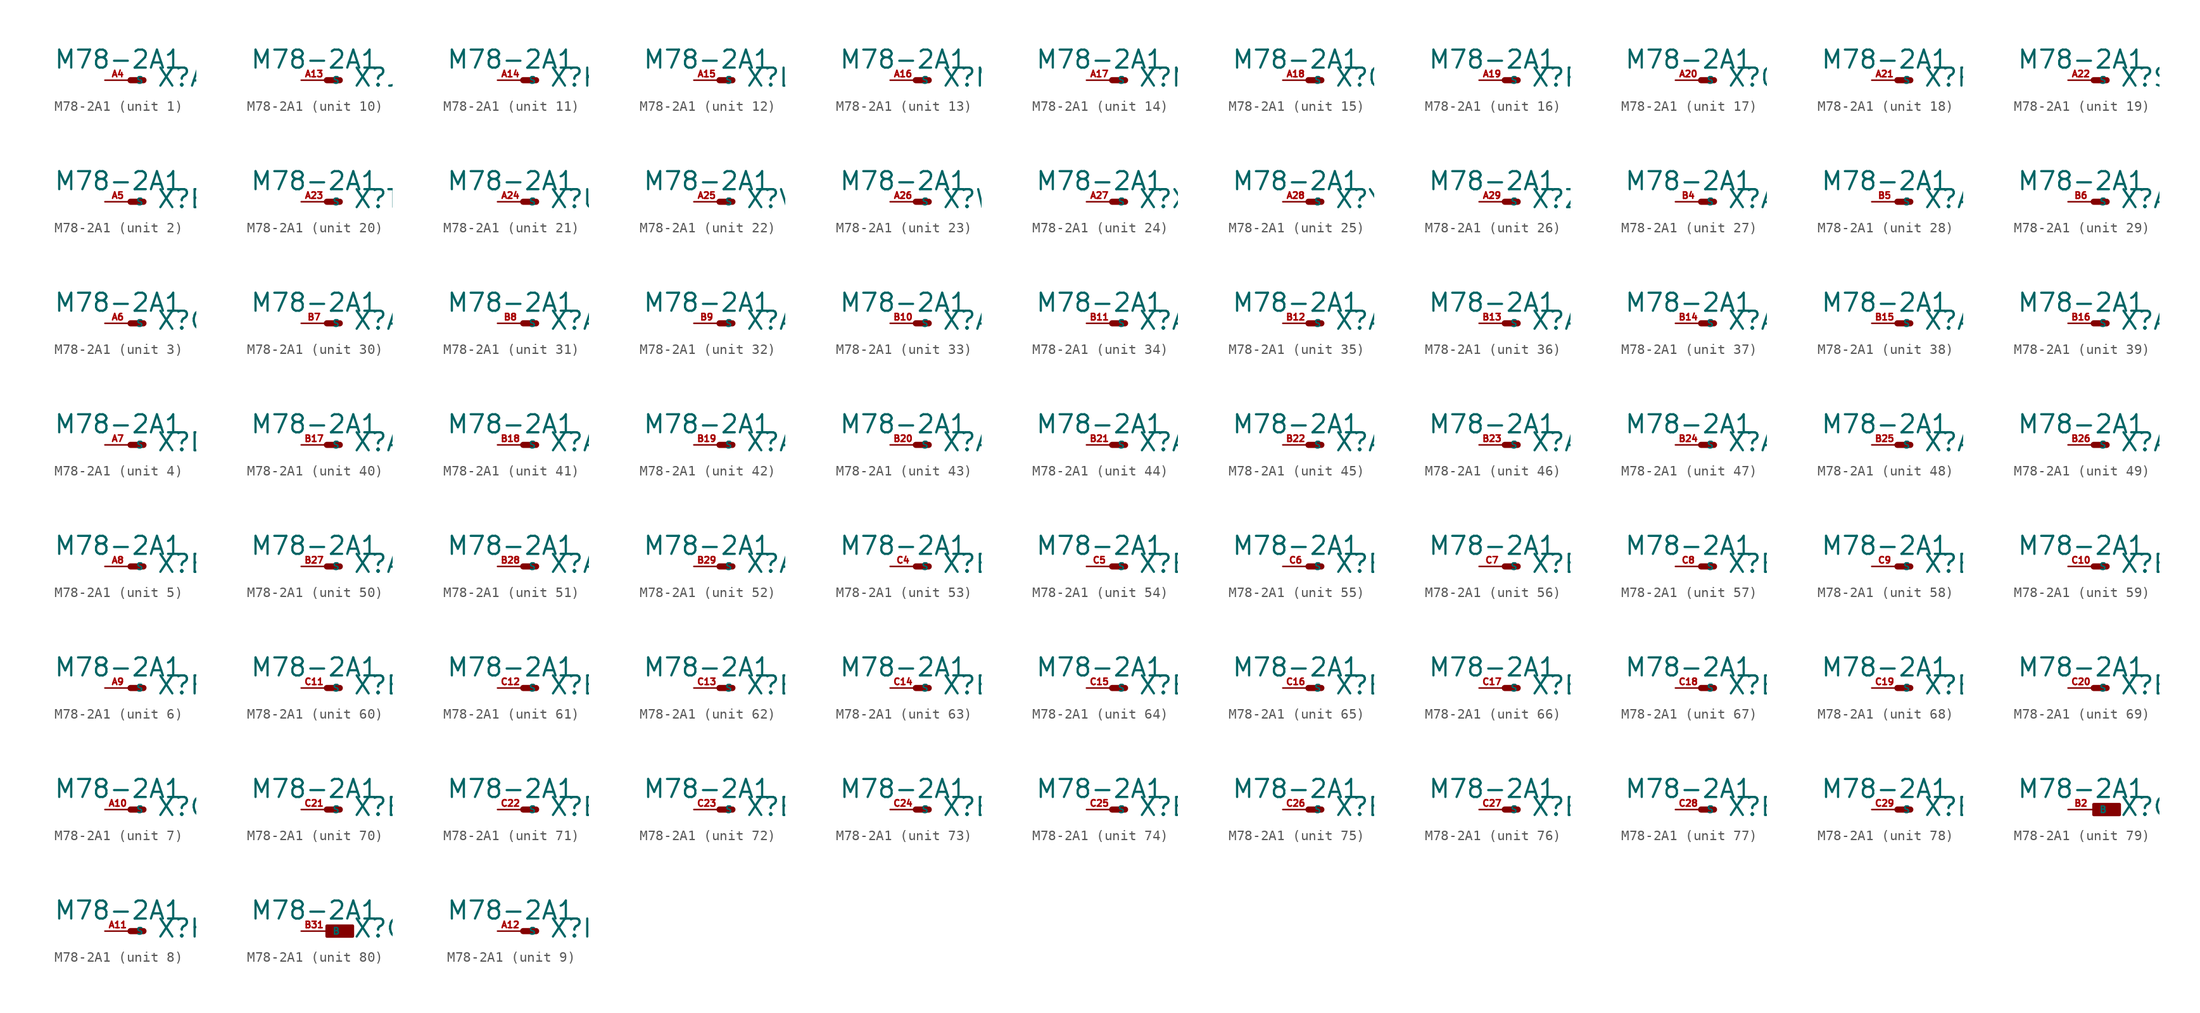
<source format=kicad_sym>
(kicad_symbol_lib
  (version 20220914)
  (generator Eagle2Kicad)
  (symbol "M78-2A1"
    (property "Reference" "X"
      (at 2.54 -0.762 0)
      (effects (font (size 1.778 1.778) (thickness 0.22)) (justify left bottom)))
    (property "Value" "M78-2A1"
      (at -7.62 1.016 0)
      (effects (font (size 1.778 1.778) (thickness 0.22)) (justify left bottom)))
    (symbol "M78-2A1_1_0"
      (polyline (pts (xy 0 0) (xy 1.27 0)) (stroke (width 0.61) (type default)) (fill (type none)))
      (pin passive line (at -2.54 0 0) (length 2.54) (name "S" (effects (font (size 0.635 0.635) (thickness 0.08)) (justify left bottom))) (number "A4" (effects (font (size 0.635 0.635) (thickness 0.08)) (justify left bottom)))))
    (symbol "M78-2A1_2_0"
      (polyline (pts (xy 0 0) (xy 1.27 0)) (stroke (width 0.61) (type default)) (fill (type none)))
      (pin passive line (at -2.54 0 0) (length 2.54) (name "S" (effects (font (size 0.635 0.635) (thickness 0.08)) (justify left bottom))) (number "A5" (effects (font (size 0.635 0.635) (thickness 0.08)) (justify left bottom)))))
    (symbol "M78-2A1_3_0"
      (polyline (pts (xy 0 0) (xy 1.27 0)) (stroke (width 0.61) (type default)) (fill (type none)))
      (pin passive line (at -2.54 0 0) (length 2.54) (name "S" (effects (font (size 0.635 0.635) (thickness 0.08)) (justify left bottom))) (number "A6" (effects (font (size 0.635 0.635) (thickness 0.08)) (justify left bottom)))))
    (symbol "M78-2A1_4_0"
      (polyline (pts (xy 0 0) (xy 1.27 0)) (stroke (width 0.61) (type default)) (fill (type none)))
      (pin passive line (at -2.54 0 0) (length 2.54) (name "S" (effects (font (size 0.635 0.635) (thickness 0.08)) (justify left bottom))) (number "A7" (effects (font (size 0.635 0.635) (thickness 0.08)) (justify left bottom)))))
    (symbol "M78-2A1_5_0"
      (polyline (pts (xy 0 0) (xy 1.27 0)) (stroke (width 0.61) (type default)) (fill (type none)))
      (pin passive line (at -2.54 0 0) (length 2.54) (name "S" (effects (font (size 0.635 0.635) (thickness 0.08)) (justify left bottom))) (number "A8" (effects (font (size 0.635 0.635) (thickness 0.08)) (justify left bottom)))))
    (symbol "M78-2A1_6_0"
      (polyline (pts (xy 0 0) (xy 1.27 0)) (stroke (width 0.61) (type default)) (fill (type none)))
      (pin passive line (at -2.54 0 0) (length 2.54) (name "S" (effects (font (size 0.635 0.635) (thickness 0.08)) (justify left bottom))) (number "A9" (effects (font (size 0.635 0.635) (thickness 0.08)) (justify left bottom)))))
    (symbol "M78-2A1_7_0"
      (polyline (pts (xy 0 0) (xy 1.27 0)) (stroke (width 0.61) (type default)) (fill (type none)))
      (pin passive line (at -2.54 0 0) (length 2.54) (name "S" (effects (font (size 0.635 0.635) (thickness 0.08)) (justify left bottom))) (number "A10" (effects (font (size 0.635 0.635) (thickness 0.08)) (justify left bottom)))))
    (symbol "M78-2A1_8_0"
      (polyline (pts (xy 0 0) (xy 1.27 0)) (stroke (width 0.61) (type default)) (fill (type none)))
      (pin passive line (at -2.54 0 0) (length 2.54) (name "S" (effects (font (size 0.635 0.635) (thickness 0.08)) (justify left bottom))) (number "A11" (effects (font (size 0.635 0.635) (thickness 0.08)) (justify left bottom)))))
    (symbol "M78-2A1_9_0"
      (polyline (pts (xy 0 0) (xy 1.27 0)) (stroke (width 0.61) (type default)) (fill (type none)))
      (pin passive line (at -2.54 0 0) (length 2.54) (name "S" (effects (font (size 0.635 0.635) (thickness 0.08)) (justify left bottom))) (number "A12" (effects (font (size 0.635 0.635) (thickness 0.08)) (justify left bottom)))))
    (symbol "M78-2A1_10_0"
      (polyline (pts (xy 0 0) (xy 1.27 0)) (stroke (width 0.61) (type default)) (fill (type none)))
      (pin passive line (at -2.54 0 0) (length 2.54) (name "S" (effects (font (size 0.635 0.635) (thickness 0.08)) (justify left bottom))) (number "A13" (effects (font (size 0.635 0.635) (thickness 0.08)) (justify left bottom)))))
    (symbol "M78-2A1_11_0"
      (polyline (pts (xy 0 0) (xy 1.27 0)) (stroke (width 0.61) (type default)) (fill (type none)))
      (pin passive line (at -2.54 0 0) (length 2.54) (name "S" (effects (font (size 0.635 0.635) (thickness 0.08)) (justify left bottom))) (number "A14" (effects (font (size 0.635 0.635) (thickness 0.08)) (justify left bottom)))))
    (symbol "M78-2A1_12_0"
      (polyline (pts (xy 0 0) (xy 1.27 0)) (stroke (width 0.61) (type default)) (fill (type none)))
      (pin passive line (at -2.54 0 0) (length 2.54) (name "S" (effects (font (size 0.635 0.635) (thickness 0.08)) (justify left bottom))) (number "A15" (effects (font (size 0.635 0.635) (thickness 0.08)) (justify left bottom)))))
    (symbol "M78-2A1_13_0"
      (polyline (pts (xy 0 0) (xy 1.27 0)) (stroke (width 0.61) (type default)) (fill (type none)))
      (pin passive line (at -2.54 0 0) (length 2.54) (name "S" (effects (font (size 0.635 0.635) (thickness 0.08)) (justify left bottom))) (number "A16" (effects (font (size 0.635 0.635) (thickness 0.08)) (justify left bottom)))))
    (symbol "M78-2A1_14_0"
      (polyline (pts (xy 0 0) (xy 1.27 0)) (stroke (width 0.61) (type default)) (fill (type none)))
      (pin passive line (at -2.54 0 0) (length 2.54) (name "S" (effects (font (size 0.635 0.635) (thickness 0.08)) (justify left bottom))) (number "A17" (effects (font (size 0.635 0.635) (thickness 0.08)) (justify left bottom)))))
    (symbol "M78-2A1_15_0"
      (polyline (pts (xy 0 0) (xy 1.27 0)) (stroke (width 0.61) (type default)) (fill (type none)))
      (pin passive line (at -2.54 0 0) (length 2.54) (name "S" (effects (font (size 0.635 0.635) (thickness 0.08)) (justify left bottom))) (number "A18" (effects (font (size 0.635 0.635) (thickness 0.08)) (justify left bottom)))))
    (symbol "M78-2A1_16_0"
      (polyline (pts (xy 0 0) (xy 1.27 0)) (stroke (width 0.61) (type default)) (fill (type none)))
      (pin passive line (at -2.54 0 0) (length 2.54) (name "S" (effects (font (size 0.635 0.635) (thickness 0.08)) (justify left bottom))) (number "A19" (effects (font (size 0.635 0.635) (thickness 0.08)) (justify left bottom)))))
    (symbol "M78-2A1_17_0"
      (polyline (pts (xy 0 0) (xy 1.27 0)) (stroke (width 0.61) (type default)) (fill (type none)))
      (pin passive line (at -2.54 0 0) (length 2.54) (name "S" (effects (font (size 0.635 0.635) (thickness 0.08)) (justify left bottom))) (number "A20" (effects (font (size 0.635 0.635) (thickness 0.08)) (justify left bottom)))))
    (symbol "M78-2A1_18_0"
      (polyline (pts (xy 0 0) (xy 1.27 0)) (stroke (width 0.61) (type default)) (fill (type none)))
      (pin passive line (at -2.54 0 0) (length 2.54) (name "S" (effects (font (size 0.635 0.635) (thickness 0.08)) (justify left bottom))) (number "A21" (effects (font (size 0.635 0.635) (thickness 0.08)) (justify left bottom)))))
    (symbol "M78-2A1_19_0"
      (polyline (pts (xy 0 0) (xy 1.27 0)) (stroke (width 0.61) (type default)) (fill (type none)))
      (pin passive line (at -2.54 0 0) (length 2.54) (name "S" (effects (font (size 0.635 0.635) (thickness 0.08)) (justify left bottom))) (number "A22" (effects (font (size 0.635 0.635) (thickness 0.08)) (justify left bottom)))))
    (symbol "M78-2A1_20_0"
      (polyline (pts (xy 0 0) (xy 1.27 0)) (stroke (width 0.61) (type default)) (fill (type none)))
      (pin passive line (at -2.54 0 0) (length 2.54) (name "S" (effects (font (size 0.635 0.635) (thickness 0.08)) (justify left bottom))) (number "A23" (effects (font (size 0.635 0.635) (thickness 0.08)) (justify left bottom)))))
    (symbol "M78-2A1_21_0"
      (polyline (pts (xy 0 0) (xy 1.27 0)) (stroke (width 0.61) (type default)) (fill (type none)))
      (pin passive line (at -2.54 0 0) (length 2.54) (name "S" (effects (font (size 0.635 0.635) (thickness 0.08)) (justify left bottom))) (number "A24" (effects (font (size 0.635 0.635) (thickness 0.08)) (justify left bottom)))))
    (symbol "M78-2A1_22_0"
      (polyline (pts (xy 0 0) (xy 1.27 0)) (stroke (width 0.61) (type default)) (fill (type none)))
      (pin passive line (at -2.54 0 0) (length 2.54) (name "S" (effects (font (size 0.635 0.635) (thickness 0.08)) (justify left bottom))) (number "A25" (effects (font (size 0.635 0.635) (thickness 0.08)) (justify left bottom)))))
    (symbol "M78-2A1_23_0"
      (polyline (pts (xy 0 0) (xy 1.27 0)) (stroke (width 0.61) (type default)) (fill (type none)))
      (pin passive line (at -2.54 0 0) (length 2.54) (name "S" (effects (font (size 0.635 0.635) (thickness 0.08)) (justify left bottom))) (number "A26" (effects (font (size 0.635 0.635) (thickness 0.08)) (justify left bottom)))))
    (symbol "M78-2A1_24_0"
      (polyline (pts (xy 0 0) (xy 1.27 0)) (stroke (width 0.61) (type default)) (fill (type none)))
      (pin passive line (at -2.54 0 0) (length 2.54) (name "S" (effects (font (size 0.635 0.635) (thickness 0.08)) (justify left bottom))) (number "A27" (effects (font (size 0.635 0.635) (thickness 0.08)) (justify left bottom)))))
    (symbol "M78-2A1_25_0"
      (polyline (pts (xy 0 0) (xy 1.27 0)) (stroke (width 0.61) (type default)) (fill (type none)))
      (pin passive line (at -2.54 0 0) (length 2.54) (name "S" (effects (font (size 0.635 0.635) (thickness 0.08)) (justify left bottom))) (number "A28" (effects (font (size 0.635 0.635) (thickness 0.08)) (justify left bottom)))))
    (symbol "M78-2A1_26_0"
      (polyline (pts (xy 0 0) (xy 1.27 0)) (stroke (width 0.61) (type default)) (fill (type none)))
      (pin passive line (at -2.54 0 0) (length 2.54) (name "S" (effects (font (size 0.635 0.635) (thickness 0.08)) (justify left bottom))) (number "A29" (effects (font (size 0.635 0.635) (thickness 0.08)) (justify left bottom)))))
    (symbol "M78-2A1_27_0"
      (polyline (pts (xy 0 0) (xy 1.27 0)) (stroke (width 0.61) (type default)) (fill (type none)))
      (pin passive line (at -2.54 0 0) (length 2.54) (name "S" (effects (font (size 0.635 0.635) (thickness 0.08)) (justify left bottom))) (number "B4" (effects (font (size 0.635 0.635) (thickness 0.08)) (justify left bottom)))))
    (symbol "M78-2A1_28_0"
      (polyline (pts (xy 0 0) (xy 1.27 0)) (stroke (width 0.61) (type default)) (fill (type none)))
      (pin passive line (at -2.54 0 0) (length 2.54) (name "S" (effects (font (size 0.635 0.635) (thickness 0.08)) (justify left bottom))) (number "B5" (effects (font (size 0.635 0.635) (thickness 0.08)) (justify left bottom)))))
    (symbol "M78-2A1_29_0"
      (polyline (pts (xy 0 0) (xy 1.27 0)) (stroke (width 0.61) (type default)) (fill (type none)))
      (pin passive line (at -2.54 0 0) (length 2.54) (name "S" (effects (font (size 0.635 0.635) (thickness 0.08)) (justify left bottom))) (number "B6" (effects (font (size 0.635 0.635) (thickness 0.08)) (justify left bottom)))))
    (symbol "M78-2A1_30_0"
      (polyline (pts (xy 0 0) (xy 1.27 0)) (stroke (width 0.61) (type default)) (fill (type none)))
      (pin passive line (at -2.54 0 0) (length 2.54) (name "S" (effects (font (size 0.635 0.635) (thickness 0.08)) (justify left bottom))) (number "B7" (effects (font (size 0.635 0.635) (thickness 0.08)) (justify left bottom)))))
    (symbol "M78-2A1_31_0"
      (polyline (pts (xy 0 0) (xy 1.27 0)) (stroke (width 0.61) (type default)) (fill (type none)))
      (pin passive line (at -2.54 0 0) (length 2.54) (name "S" (effects (font (size 0.635 0.635) (thickness 0.08)) (justify left bottom))) (number "B8" (effects (font (size 0.635 0.635) (thickness 0.08)) (justify left bottom)))))
    (symbol "M78-2A1_32_0"
      (polyline (pts (xy 0 0) (xy 1.27 0)) (stroke (width 0.61) (type default)) (fill (type none)))
      (pin passive line (at -2.54 0 0) (length 2.54) (name "S" (effects (font (size 0.635 0.635) (thickness 0.08)) (justify left bottom))) (number "B9" (effects (font (size 0.635 0.635) (thickness 0.08)) (justify left bottom)))))
    (symbol "M78-2A1_33_0"
      (polyline (pts (xy 0 0) (xy 1.27 0)) (stroke (width 0.61) (type default)) (fill (type none)))
      (pin passive line (at -2.54 0 0) (length 2.54) (name "S" (effects (font (size 0.635 0.635) (thickness 0.08)) (justify left bottom))) (number "B10" (effects (font (size 0.635 0.635) (thickness 0.08)) (justify left bottom)))))
    (symbol "M78-2A1_34_0"
      (polyline (pts (xy 0 0) (xy 1.27 0)) (stroke (width 0.61) (type default)) (fill (type none)))
      (pin passive line (at -2.54 0 0) (length 2.54) (name "S" (effects (font (size 0.635 0.635) (thickness 0.08)) (justify left bottom))) (number "B11" (effects (font (size 0.635 0.635) (thickness 0.08)) (justify left bottom)))))
    (symbol "M78-2A1_35_0"
      (polyline (pts (xy 0 0) (xy 1.27 0)) (stroke (width 0.61) (type default)) (fill (type none)))
      (pin passive line (at -2.54 0 0) (length 2.54) (name "S" (effects (font (size 0.635 0.635) (thickness 0.08)) (justify left bottom))) (number "B12" (effects (font (size 0.635 0.635) (thickness 0.08)) (justify left bottom)))))
    (symbol "M78-2A1_36_0"
      (polyline (pts (xy 0 0) (xy 1.27 0)) (stroke (width 0.61) (type default)) (fill (type none)))
      (pin passive line (at -2.54 0 0) (length 2.54) (name "S" (effects (font (size 0.635 0.635) (thickness 0.08)) (justify left bottom))) (number "B13" (effects (font (size 0.635 0.635) (thickness 0.08)) (justify left bottom)))))
    (symbol "M78-2A1_37_0"
      (polyline (pts (xy 0 0) (xy 1.27 0)) (stroke (width 0.61) (type default)) (fill (type none)))
      (pin passive line (at -2.54 0 0) (length 2.54) (name "S" (effects (font (size 0.635 0.635) (thickness 0.08)) (justify left bottom))) (number "B14" (effects (font (size 0.635 0.635) (thickness 0.08)) (justify left bottom)))))
    (symbol "M78-2A1_38_0"
      (polyline (pts (xy 0 0) (xy 1.27 0)) (stroke (width 0.61) (type default)) (fill (type none)))
      (pin passive line (at -2.54 0 0) (length 2.54) (name "S" (effects (font (size 0.635 0.635) (thickness 0.08)) (justify left bottom))) (number "B15" (effects (font (size 0.635 0.635) (thickness 0.08)) (justify left bottom)))))
    (symbol "M78-2A1_39_0"
      (polyline (pts (xy 0 0) (xy 1.27 0)) (stroke (width 0.61) (type default)) (fill (type none)))
      (pin passive line (at -2.54 0 0) (length 2.54) (name "S" (effects (font (size 0.635 0.635) (thickness 0.08)) (justify left bottom))) (number "B16" (effects (font (size 0.635 0.635) (thickness 0.08)) (justify left bottom)))))
    (symbol "M78-2A1_40_0"
      (polyline (pts (xy 0 0) (xy 1.27 0)) (stroke (width 0.61) (type default)) (fill (type none)))
      (pin passive line (at -2.54 0 0) (length 2.54) (name "S" (effects (font (size 0.635 0.635) (thickness 0.08)) (justify left bottom))) (number "B17" (effects (font (size 0.635 0.635) (thickness 0.08)) (justify left bottom)))))
    (symbol "M78-2A1_41_0"
      (polyline (pts (xy 0 0) (xy 1.27 0)) (stroke (width 0.61) (type default)) (fill (type none)))
      (pin passive line (at -2.54 0 0) (length 2.54) (name "S" (effects (font (size 0.635 0.635) (thickness 0.08)) (justify left bottom))) (number "B18" (effects (font (size 0.635 0.635) (thickness 0.08)) (justify left bottom)))))
    (symbol "M78-2A1_42_0"
      (polyline (pts (xy 0 0) (xy 1.27 0)) (stroke (width 0.61) (type default)) (fill (type none)))
      (pin passive line (at -2.54 0 0) (length 2.54) (name "S" (effects (font (size 0.635 0.635) (thickness 0.08)) (justify left bottom))) (number "B19" (effects (font (size 0.635 0.635) (thickness 0.08)) (justify left bottom)))))
    (symbol "M78-2A1_43_0"
      (polyline (pts (xy 0 0) (xy 1.27 0)) (stroke (width 0.61) (type default)) (fill (type none)))
      (pin passive line (at -2.54 0 0) (length 2.54) (name "S" (effects (font (size 0.635 0.635) (thickness 0.08)) (justify left bottom))) (number "B20" (effects (font (size 0.635 0.635) (thickness 0.08)) (justify left bottom)))))
    (symbol "M78-2A1_44_0"
      (polyline (pts (xy 0 0) (xy 1.27 0)) (stroke (width 0.61) (type default)) (fill (type none)))
      (pin passive line (at -2.54 0 0) (length 2.54) (name "S" (effects (font (size 0.635 0.635) (thickness 0.08)) (justify left bottom))) (number "B21" (effects (font (size 0.635 0.635) (thickness 0.08)) (justify left bottom)))))
    (symbol "M78-2A1_45_0"
      (polyline (pts (xy 0 0) (xy 1.27 0)) (stroke (width 0.61) (type default)) (fill (type none)))
      (pin passive line (at -2.54 0 0) (length 2.54) (name "S" (effects (font (size 0.635 0.635) (thickness 0.08)) (justify left bottom))) (number "B22" (effects (font (size 0.635 0.635) (thickness 0.08)) (justify left bottom)))))
    (symbol "M78-2A1_46_0"
      (polyline (pts (xy 0 0) (xy 1.27 0)) (stroke (width 0.61) (type default)) (fill (type none)))
      (pin passive line (at -2.54 0 0) (length 2.54) (name "S" (effects (font (size 0.635 0.635) (thickness 0.08)) (justify left bottom))) (number "B23" (effects (font (size 0.635 0.635) (thickness 0.08)) (justify left bottom)))))
    (symbol "M78-2A1_47_0"
      (polyline (pts (xy 0 0) (xy 1.27 0)) (stroke (width 0.61) (type default)) (fill (type none)))
      (pin passive line (at -2.54 0 0) (length 2.54) (name "S" (effects (font (size 0.635 0.635) (thickness 0.08)) (justify left bottom))) (number "B24" (effects (font (size 0.635 0.635) (thickness 0.08)) (justify left bottom)))))
    (symbol "M78-2A1_48_0"
      (polyline (pts (xy 0 0) (xy 1.27 0)) (stroke (width 0.61) (type default)) (fill (type none)))
      (pin passive line (at -2.54 0 0) (length 2.54) (name "S" (effects (font (size 0.635 0.635) (thickness 0.08)) (justify left bottom))) (number "B25" (effects (font (size 0.635 0.635) (thickness 0.08)) (justify left bottom)))))
    (symbol "M78-2A1_49_0"
      (polyline (pts (xy 0 0) (xy 1.27 0)) (stroke (width 0.61) (type default)) (fill (type none)))
      (pin passive line (at -2.54 0 0) (length 2.54) (name "S" (effects (font (size 0.635 0.635) (thickness 0.08)) (justify left bottom))) (number "B26" (effects (font (size 0.635 0.635) (thickness 0.08)) (justify left bottom)))))
    (symbol "M78-2A1_50_0"
      (polyline (pts (xy 0 0) (xy 1.27 0)) (stroke (width 0.61) (type default)) (fill (type none)))
      (pin passive line (at -2.54 0 0) (length 2.54) (name "S" (effects (font (size 0.635 0.635) (thickness 0.08)) (justify left bottom))) (number "B27" (effects (font (size 0.635 0.635) (thickness 0.08)) (justify left bottom)))))
    (symbol "M78-2A1_51_0"
      (polyline (pts (xy 0 0) (xy 1.27 0)) (stroke (width 0.61) (type default)) (fill (type none)))
      (pin passive line (at -2.54 0 0) (length 2.54) (name "S" (effects (font (size 0.635 0.635) (thickness 0.08)) (justify left bottom))) (number "B28" (effects (font (size 0.635 0.635) (thickness 0.08)) (justify left bottom)))))
    (symbol "M78-2A1_52_0"
      (polyline (pts (xy 0 0) (xy 1.27 0)) (stroke (width 0.61) (type default)) (fill (type none)))
      (pin passive line (at -2.54 0 0) (length 2.54) (name "S" (effects (font (size 0.635 0.635) (thickness 0.08)) (justify left bottom))) (number "B29" (effects (font (size 0.635 0.635) (thickness 0.08)) (justify left bottom)))))
    (symbol "M78-2A1_53_0"
      (polyline (pts (xy 0 0) (xy 1.27 0)) (stroke (width 0.61) (type default)) (fill (type none)))
      (pin passive line (at -2.54 0 0) (length 2.54) (name "S" (effects (font (size 0.635 0.635) (thickness 0.08)) (justify left bottom))) (number "C4" (effects (font (size 0.635 0.635) (thickness 0.08)) (justify left bottom)))))
    (symbol "M78-2A1_54_0"
      (polyline (pts (xy 0 0) (xy 1.27 0)) (stroke (width 0.61) (type default)) (fill (type none)))
      (pin passive line (at -2.54 0 0) (length 2.54) (name "S" (effects (font (size 0.635 0.635) (thickness 0.08)) (justify left bottom))) (number "C5" (effects (font (size 0.635 0.635) (thickness 0.08)) (justify left bottom)))))
    (symbol "M78-2A1_55_0"
      (polyline (pts (xy 0 0) (xy 1.27 0)) (stroke (width 0.61) (type default)) (fill (type none)))
      (pin passive line (at -2.54 0 0) (length 2.54) (name "S" (effects (font (size 0.635 0.635) (thickness 0.08)) (justify left bottom))) (number "C6" (effects (font (size 0.635 0.635) (thickness 0.08)) (justify left bottom)))))
    (symbol "M78-2A1_56_0"
      (polyline (pts (xy 0 0) (xy 1.27 0)) (stroke (width 0.61) (type default)) (fill (type none)))
      (pin passive line (at -2.54 0 0) (length 2.54) (name "S" (effects (font (size 0.635 0.635) (thickness 0.08)) (justify left bottom))) (number "C7" (effects (font (size 0.635 0.635) (thickness 0.08)) (justify left bottom)))))
    (symbol "M78-2A1_57_0"
      (polyline (pts (xy 0 0) (xy 1.27 0)) (stroke (width 0.61) (type default)) (fill (type none)))
      (pin passive line (at -2.54 0 0) (length 2.54) (name "S" (effects (font (size 0.635 0.635) (thickness 0.08)) (justify left bottom))) (number "C8" (effects (font (size 0.635 0.635) (thickness 0.08)) (justify left bottom)))))
    (symbol "M78-2A1_58_0"
      (polyline (pts (xy 0 0) (xy 1.27 0)) (stroke (width 0.61) (type default)) (fill (type none)))
      (pin passive line (at -2.54 0 0) (length 2.54) (name "S" (effects (font (size 0.635 0.635) (thickness 0.08)) (justify left bottom))) (number "C9" (effects (font (size 0.635 0.635) (thickness 0.08)) (justify left bottom)))))
    (symbol "M78-2A1_59_0"
      (polyline (pts (xy 0 0) (xy 1.27 0)) (stroke (width 0.61) (type default)) (fill (type none)))
      (pin passive line (at -2.54 0 0) (length 2.54) (name "S" (effects (font (size 0.635 0.635) (thickness 0.08)) (justify left bottom))) (number "C10" (effects (font (size 0.635 0.635) (thickness 0.08)) (justify left bottom)))))
    (symbol "M78-2A1_60_0"
      (polyline (pts (xy 0 0) (xy 1.27 0)) (stroke (width 0.61) (type default)) (fill (type none)))
      (pin passive line (at -2.54 0 0) (length 2.54) (name "S" (effects (font (size 0.635 0.635) (thickness 0.08)) (justify left bottom))) (number "C11" (effects (font (size 0.635 0.635) (thickness 0.08)) (justify left bottom)))))
    (symbol "M78-2A1_61_0"
      (polyline (pts (xy 0 0) (xy 1.27 0)) (stroke (width 0.61) (type default)) (fill (type none)))
      (pin passive line (at -2.54 0 0) (length 2.54) (name "S" (effects (font (size 0.635 0.635) (thickness 0.08)) (justify left bottom))) (number "C12" (effects (font (size 0.635 0.635) (thickness 0.08)) (justify left bottom)))))
    (symbol "M78-2A1_62_0"
      (polyline (pts (xy 0 0) (xy 1.27 0)) (stroke (width 0.61) (type default)) (fill (type none)))
      (pin passive line (at -2.54 0 0) (length 2.54) (name "S" (effects (font (size 0.635 0.635) (thickness 0.08)) (justify left bottom))) (number "C13" (effects (font (size 0.635 0.635) (thickness 0.08)) (justify left bottom)))))
    (symbol "M78-2A1_63_0"
      (polyline (pts (xy 0 0) (xy 1.27 0)) (stroke (width 0.61) (type default)) (fill (type none)))
      (pin passive line (at -2.54 0 0) (length 2.54) (name "S" (effects (font (size 0.635 0.635) (thickness 0.08)) (justify left bottom))) (number "C14" (effects (font (size 0.635 0.635) (thickness 0.08)) (justify left bottom)))))
    (symbol "M78-2A1_64_0"
      (polyline (pts (xy 0 0) (xy 1.27 0)) (stroke (width 0.61) (type default)) (fill (type none)))
      (pin passive line (at -2.54 0 0) (length 2.54) (name "S" (effects (font (size 0.635 0.635) (thickness 0.08)) (justify left bottom))) (number "C15" (effects (font (size 0.635 0.635) (thickness 0.08)) (justify left bottom)))))
    (symbol "M78-2A1_65_0"
      (polyline (pts (xy 0 0) (xy 1.27 0)) (stroke (width 0.61) (type default)) (fill (type none)))
      (pin passive line (at -2.54 0 0) (length 2.54) (name "S" (effects (font (size 0.635 0.635) (thickness 0.08)) (justify left bottom))) (number "C16" (effects (font (size 0.635 0.635) (thickness 0.08)) (justify left bottom)))))
    (symbol "M78-2A1_66_0"
      (polyline (pts (xy 0 0) (xy 1.27 0)) (stroke (width 0.61) (type default)) (fill (type none)))
      (pin passive line (at -2.54 0 0) (length 2.54) (name "S" (effects (font (size 0.635 0.635) (thickness 0.08)) (justify left bottom))) (number "C17" (effects (font (size 0.635 0.635) (thickness 0.08)) (justify left bottom)))))
    (symbol "M78-2A1_67_0"
      (polyline (pts (xy 0 0) (xy 1.27 0)) (stroke (width 0.61) (type default)) (fill (type none)))
      (pin passive line (at -2.54 0 0) (length 2.54) (name "S" (effects (font (size 0.635 0.635) (thickness 0.08)) (justify left bottom))) (number "C18" (effects (font (size 0.635 0.635) (thickness 0.08)) (justify left bottom)))))
    (symbol "M78-2A1_68_0"
      (polyline (pts (xy 0 0) (xy 1.27 0)) (stroke (width 0.61) (type default)) (fill (type none)))
      (pin passive line (at -2.54 0 0) (length 2.54) (name "S" (effects (font (size 0.635 0.635) (thickness 0.08)) (justify left bottom))) (number "C19" (effects (font (size 0.635 0.635) (thickness 0.08)) (justify left bottom)))))
    (symbol "M78-2A1_69_0"
      (polyline (pts (xy 0 0) (xy 1.27 0)) (stroke (width 0.61) (type default)) (fill (type none)))
      (pin passive line (at -2.54 0 0) (length 2.54) (name "S" (effects (font (size 0.635 0.635) (thickness 0.08)) (justify left bottom))) (number "C20" (effects (font (size 0.635 0.635) (thickness 0.08)) (justify left bottom)))))
    (symbol "M78-2A1_70_0"
      (polyline (pts (xy 0 0) (xy 1.27 0)) (stroke (width 0.61) (type default)) (fill (type none)))
      (pin passive line (at -2.54 0 0) (length 2.54) (name "S" (effects (font (size 0.635 0.635) (thickness 0.08)) (justify left bottom))) (number "C21" (effects (font (size 0.635 0.635) (thickness 0.08)) (justify left bottom)))))
    (symbol "M78-2A1_71_0"
      (polyline (pts (xy 0 0) (xy 1.27 0)) (stroke (width 0.61) (type default)) (fill (type none)))
      (pin passive line (at -2.54 0 0) (length 2.54) (name "S" (effects (font (size 0.635 0.635) (thickness 0.08)) (justify left bottom))) (number "C22" (effects (font (size 0.635 0.635) (thickness 0.08)) (justify left bottom)))))
    (symbol "M78-2A1_72_0"
      (polyline (pts (xy 0 0) (xy 1.27 0)) (stroke (width 0.61) (type default)) (fill (type none)))
      (pin passive line (at -2.54 0 0) (length 2.54) (name "S" (effects (font (size 0.635 0.635) (thickness 0.08)) (justify left bottom))) (number "C23" (effects (font (size 0.635 0.635) (thickness 0.08)) (justify left bottom)))))
    (symbol "M78-2A1_73_0"
      (polyline (pts (xy 0 0) (xy 1.27 0)) (stroke (width 0.61) (type default)) (fill (type none)))
      (pin passive line (at -2.54 0 0) (length 2.54) (name "S" (effects (font (size 0.635 0.635) (thickness 0.08)) (justify left bottom))) (number "C24" (effects (font (size 0.635 0.635) (thickness 0.08)) (justify left bottom)))))
    (symbol "M78-2A1_74_0"
      (polyline (pts (xy 0 0) (xy 1.27 0)) (stroke (width 0.61) (type default)) (fill (type none)))
      (pin passive line (at -2.54 0 0) (length 2.54) (name "S" (effects (font (size 0.635 0.635) (thickness 0.08)) (justify left bottom))) (number "C25" (effects (font (size 0.635 0.635) (thickness 0.08)) (justify left bottom)))))
    (symbol "M78-2A1_75_0"
      (polyline (pts (xy 0 0) (xy 1.27 0)) (stroke (width 0.61) (type default)) (fill (type none)))
      (pin passive line (at -2.54 0 0) (length 2.54) (name "S" (effects (font (size 0.635 0.635) (thickness 0.08)) (justify left bottom))) (number "C26" (effects (font (size 0.635 0.635) (thickness 0.08)) (justify left bottom)))))
    (symbol "M78-2A1_76_0"
      (polyline (pts (xy 0 0) (xy 1.27 0)) (stroke (width 0.61) (type default)) (fill (type none)))
      (pin passive line (at -2.54 0 0) (length 2.54) (name "S" (effects (font (size 0.635 0.635) (thickness 0.08)) (justify left bottom))) (number "C27" (effects (font (size 0.635 0.635) (thickness 0.08)) (justify left bottom)))))
    (symbol "M78-2A1_77_0"
      (polyline (pts (xy 0 0) (xy 1.27 0)) (stroke (width 0.61) (type default)) (fill (type none)))
      (pin passive line (at -2.54 0 0) (length 2.54) (name "S" (effects (font (size 0.635 0.635) (thickness 0.08)) (justify left bottom))) (number "C28" (effects (font (size 0.635 0.635) (thickness 0.08)) (justify left bottom)))))
    (symbol "M78-2A1_78_0"
      (polyline (pts (xy 0 0) (xy 1.27 0)) (stroke (width 0.61) (type default)) (fill (type none)))
      (pin passive line (at -2.54 0 0) (length 2.54) (name "S" (effects (font (size 0.635 0.635) (thickness 0.08)) (justify left bottom))) (number "C29" (effects (font (size 0.635 0.635) (thickness 0.08)) (justify left bottom)))))
    (symbol "M78-2A1_79_0"
      (rectangle (start 0 -0.508) (end 2.54 0.508) (stroke (width 0.3) (type default)) (fill (type outline)))
      (pin passive line (at -2.54 0 0) (length 2.54) (name "B" (effects (font (size 0.635 0.635) (thickness 0.08)) (justify left bottom))) (number "B2" (effects (font (size 0.635 0.635) (thickness 0.08)) (justify left bottom)))))
    (symbol "M78-2A1_80_0"
      (rectangle (start 0 -0.508) (end 2.54 0.508) (stroke (width 0.3) (type default)) (fill (type outline)))
      (pin passive line (at -2.54 0 0) (length 2.54) (name "B" (effects (font (size 0.635 0.635) (thickness 0.08)) (justify left bottom))) (number "B31" (effects (font (size 0.635 0.635) (thickness 0.08)) (justify left bottom)))))))
</source>
